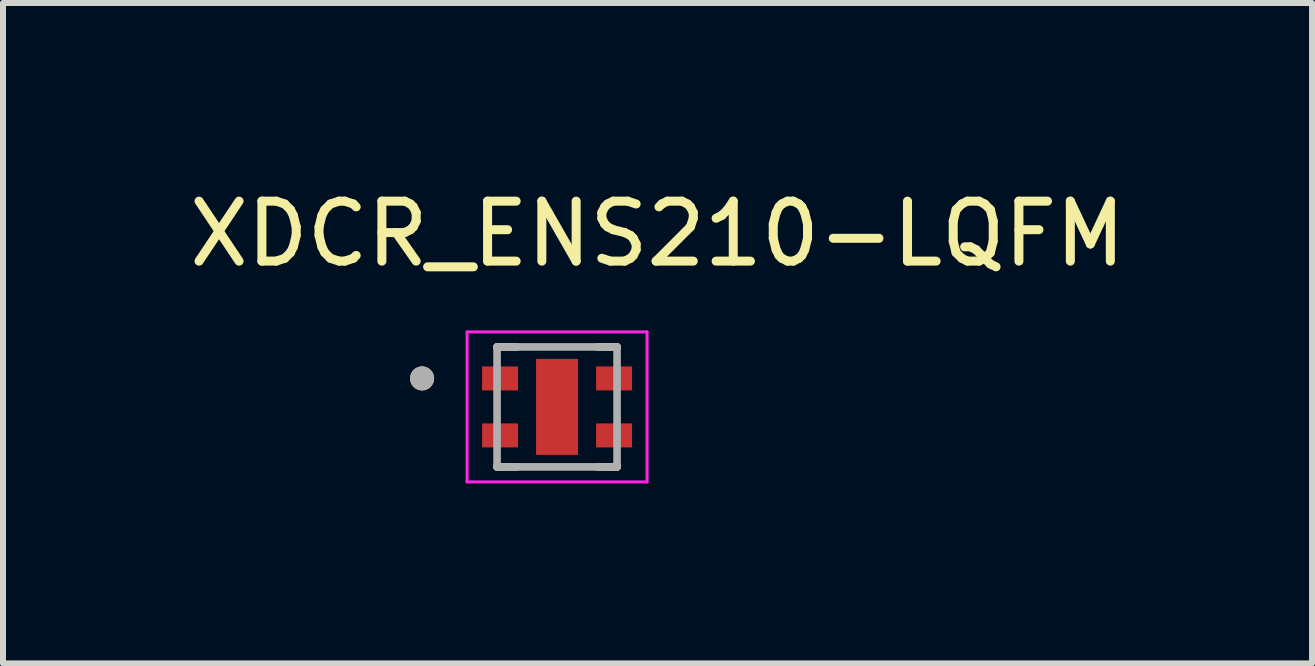
<source format=kicad_pcb>
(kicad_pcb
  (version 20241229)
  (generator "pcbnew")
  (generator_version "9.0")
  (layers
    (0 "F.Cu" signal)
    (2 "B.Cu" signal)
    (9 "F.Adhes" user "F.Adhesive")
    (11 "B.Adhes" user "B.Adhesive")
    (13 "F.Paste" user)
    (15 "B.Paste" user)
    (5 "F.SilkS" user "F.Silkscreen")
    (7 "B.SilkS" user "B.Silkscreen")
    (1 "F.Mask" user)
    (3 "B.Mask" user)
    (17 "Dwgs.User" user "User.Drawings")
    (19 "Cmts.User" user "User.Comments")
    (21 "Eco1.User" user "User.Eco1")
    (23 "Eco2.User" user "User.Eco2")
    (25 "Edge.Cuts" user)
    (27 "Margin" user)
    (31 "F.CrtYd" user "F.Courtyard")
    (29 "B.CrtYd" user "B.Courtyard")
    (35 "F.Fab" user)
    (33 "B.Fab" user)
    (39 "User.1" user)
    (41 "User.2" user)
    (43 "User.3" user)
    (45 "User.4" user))
  (footprint "XDCR_ENS210-LQFM"
    (layer "F.Cu")
    (at 6.236 3.733)
    (property "Reference" "XDCR_ENS210-LQFM" (at 1.675 -2.885 0) (layer "F.SilkS") (effects (font (size 1 1) (thickness 0.15))))
    (attr smd)
    (fp_line (start -1 -1) (end -0.67 -1) (stroke (width 0.127) (type solid)) (layer "F.SilkS"))
    (fp_line (start -1 -0.995) (end -1 -1) (stroke (width 0.127) (type solid)) (layer "F.SilkS"))
    (fp_line (start -1 1) (end -1 0.995) (stroke (width 0.127) (type solid)) (layer "F.SilkS"))
    (fp_line (start -0.67 1) (end -1 1) (stroke (width 0.127) (type solid)) (layer "F.SilkS"))
    (fp_line (start 0.67 -1) (end 1 -1) (stroke (width 0.127) (type solid)) (layer "F.SilkS"))
    (fp_line (start 1 -1) (end 1 -0.995) (stroke (width 0.127) (type solid)) (layer "F.SilkS"))
    (fp_line (start 1 1) (end 0.67 1) (stroke (width 0.127) (type solid)) (layer "F.SilkS"))
    (fp_line (start 1 1) (end 1 0.995) (stroke (width 0.127) (type solid)) (layer "F.SilkS"))
    (fp_circle (center -2.25 -0.475) (end -2.15 -0.475) (stroke (width 0.2) (type solid)) (fill no) (layer "F.SilkS"))
    (fp_poly (pts (xy -1.2 -0.625) (xy -0.7 -0.625) (xy -0.7 -0.325) (xy -1.2 -0.325)) (stroke (width 0.01) (type solid)) (fill yes) (layer "F.Paste"))
    (fp_poly (pts (xy -1.2 0.325) (xy -0.7 0.325) (xy -0.7 0.625) (xy -1.2 0.625)) (stroke (width 0.01) (type solid)) (fill yes) (layer "F.Paste"))
    (fp_poly (pts (xy -0.175 -0.4) (xy 0.175 -0.4) (xy 0.175 0.4) (xy -0.175 0.4)) (stroke (width 0.01) (type solid)) (fill yes) (layer "F.Paste"))
    (fp_poly (pts (xy 0.7 -0.625) (xy 1.2 -0.625) (xy 1.2 -0.325) (xy 0.7 -0.325)) (stroke (width 0.01) (type solid)) (fill yes) (layer "F.Paste"))
    (fp_poly (pts (xy 0.7 0.325) (xy 1.2 0.325) (xy 1.2 0.625) (xy 0.7 0.625)) (stroke (width 0.01) (type solid)) (fill yes) (layer "F.Paste"))
    (fp_line (start -1.5 -1.25) (end -1.5 1.25) (stroke (width 0.05) (type solid)) (layer "F.CrtYd"))
    (fp_line (start -1.5 1.25) (end 1.5 1.25) (stroke (width 0.05) (type solid)) (layer "F.CrtYd"))
    (fp_line (start 1.5 -1.25) (end -1.5 -1.25) (stroke (width 0.05) (type solid)) (layer "F.CrtYd"))
    (fp_line (start 1.5 1.25) (end 1.5 -1.25) (stroke (width 0.05) (type solid)) (layer "F.CrtYd"))
    (fp_line (start -1 -1) (end 1 -1) (stroke (width 0.127) (type solid)) (layer "F.Fab"))
    (fp_line (start -1 1) (end -1 -1) (stroke (width 0.127) (type solid)) (layer "F.Fab"))
    (fp_line (start 1 -1) (end 1 1) (stroke (width 0.127) (type solid)) (layer "F.Fab"))
    (fp_line (start 1 1) (end -1 1) (stroke (width 0.127) (type solid)) (layer "F.Fab"))
    (fp_circle (center -2.25 -0.475) (end -2.15 -0.475) (stroke (width 0.2) (type solid)) (fill no) (layer "F.Fab"))
    (pad "1" smd rect (at -0.95 -0.475) (size 0.6 0.4) (layers "F.Cu" "F.Mask"))
    (pad "2" smd rect (at -0.95 0.475) (size 0.6 0.4) (layers "F.Cu" "F.Mask"))
    (pad "3" smd rect (at 0.95 0.475) (size 0.6 0.4) (layers "F.Cu" "F.Mask"))
    (pad "4" smd rect (at 0.95 -0.475) (size 0.6 0.4) (layers "F.Cu" "F.Mask"))
    (pad "5" smd rect (at 0 0) (size 0.7 1.6) (layers "F.Cu" "F.Mask")))
  (gr_rect
    (start -3 -3)
    (end 18.821 8.008)
    (stroke (width 0.1) (type default))
    (fill no)
    (layer "Edge.Cuts")))
</source>
